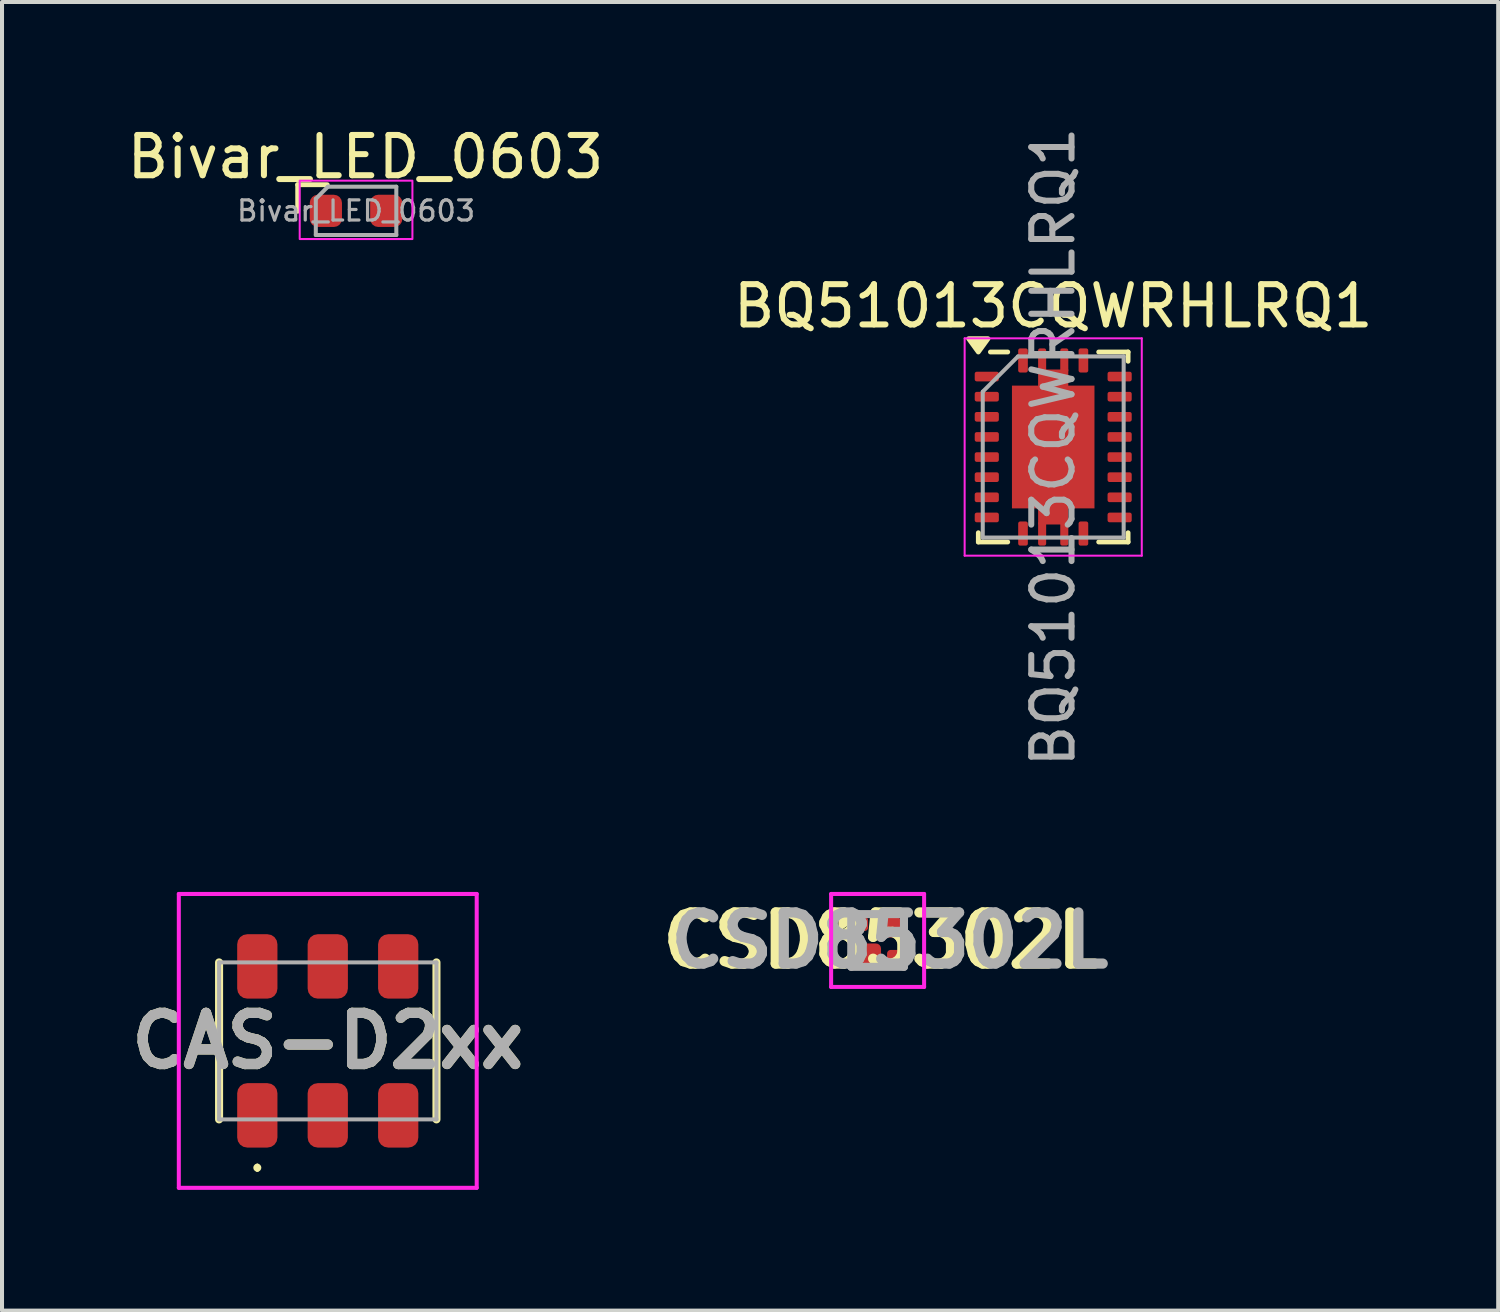
<source format=kicad_pcb>
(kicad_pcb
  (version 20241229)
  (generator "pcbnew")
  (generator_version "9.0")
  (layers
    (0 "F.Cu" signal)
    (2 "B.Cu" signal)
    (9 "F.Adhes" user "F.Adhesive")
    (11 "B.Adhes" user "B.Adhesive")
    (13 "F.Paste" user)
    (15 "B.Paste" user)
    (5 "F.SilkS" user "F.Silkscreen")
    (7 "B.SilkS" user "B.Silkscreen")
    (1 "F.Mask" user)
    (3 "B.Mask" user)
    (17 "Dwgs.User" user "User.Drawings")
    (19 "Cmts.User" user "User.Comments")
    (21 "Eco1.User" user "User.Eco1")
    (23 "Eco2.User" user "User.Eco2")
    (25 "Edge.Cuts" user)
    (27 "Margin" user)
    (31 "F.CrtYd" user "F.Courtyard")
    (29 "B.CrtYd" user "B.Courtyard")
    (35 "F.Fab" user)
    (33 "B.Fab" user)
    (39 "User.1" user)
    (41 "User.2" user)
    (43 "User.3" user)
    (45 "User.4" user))
  (footprint "BQ51013CQWRHLRQ1"
    (layer "F.Cu")
    (at 23.113 8.054)
    (property "Reference" "BQ51013CQWRHLRQ1" (at 0 -3.5 0) (layer "F.SilkS") (effects (font (size 1 1) (thickness 0.15))))
    (attr smd)
    (fp_line (start -1.86 2.13) (end -1.86 2.36) (stroke (width 0.12) (type solid)) (layer "F.SilkS"))
    (fp_line (start -1.86 2.36) (end -1.13 2.36) (stroke (width 0.12) (type solid)) (layer "F.SilkS"))
    (fp_line (start -1.13 -2.36) (end -1.56 -2.36) (stroke (width 0.12) (type solid)) (layer "F.SilkS"))
    (fp_line (start 1.13 -2.36) (end 1.86 -2.36) (stroke (width 0.12) (type solid)) (layer "F.SilkS"))
    (fp_line (start 1.13 2.36) (end 1.86 2.36) (stroke (width 0.12) (type solid)) (layer "F.SilkS"))
    (fp_line (start 1.86 -2.36) (end 1.86 -2.13) (stroke (width 0.12) (type solid)) (layer "F.SilkS"))
    (fp_line (start 1.86 2.13) (end 1.86 2.36) (stroke (width 0.12) (type solid)) (layer "F.SilkS"))
    (fp_poly (pts (xy -1.86 -2.36) (xy -2.1 -2.69) (xy -1.62 -2.69) (xy -1.86 -2.36)) (stroke (width 0.12) (type solid)) (fill yes) (layer "F.SilkS"))
    (fp_line (start -2.2 -2.7) (end -2.2 2.7) (stroke (width 0.05) (type solid)) (layer "F.CrtYd"))
    (fp_line (start -2.2 -2.7) (end 2.2 -2.7) (stroke (width 0.05) (type solid)) (layer "F.CrtYd"))
    (fp_line (start -2.2 2.7) (end 2.2 2.7) (stroke (width 0.05) (type solid)) (layer "F.CrtYd"))
    (fp_line (start 2.2 -2.7) (end 2.2 2.7) (stroke (width 0.05) (type solid)) (layer "F.CrtYd"))
    (fp_line (start -1.75 -1.375) (end -1.75 2.25) (stroke (width 0.1) (type solid)) (layer "F.Fab"))
    (fp_line (start -1.75 -1.375) (end -0.875 -2.25) (stroke (width 0.1) (type solid)) (layer "F.Fab"))
    (fp_line (start -1.75 2.25) (end 1.75 2.25) (stroke (width 0.1) (type solid)) (layer "F.Fab"))
    (fp_line (start -0.875 -2.25) (end 1.75 -2.25) (stroke (width 0.1) (type solid)) (layer "F.Fab"))
    (fp_line (start 1.75 -2.25) (end 1.75 2.25) (stroke (width 0.1) (type solid)) (layer "F.Fab"))
    (fp_text user "${REFERENCE}" (at 0 0 90) (layer "F.Fab") (effects (font (size 1 1) (thickness 0.15))))
    (pad "" smd rect (at -0.56 -1.05) (size 0.92 0.85) (layers "F.Paste"))
    (pad "" smd rect (at -0.56 0) (size 0.92 0.85) (layers "F.Paste"))
    (pad "" smd rect (at -0.56 1.05) (size 0.92 0.85) (layers "F.Paste"))
    (pad "" smd rect (at 0 -1.8) (size 0.75 0.25) (layers "F.Paste"))
    (pad "" smd rect (at 0 1.8) (size 0.75 0.25) (layers "F.Paste"))
    (pad "" smd rect (at 0.56 -1.05) (size 0.92 0.85) (layers "F.Paste"))
    (pad "" smd rect (at 0.56 0) (size 0.92 0.85) (layers "F.Paste"))
    (pad "" smd rect (at 0.56 1.05) (size 0.92 0.85) (layers "F.Paste"))
    (pad "1" smd roundrect (at -0.75 -2.15) (size 0.24 0.6) (layers "F.Cu" "F.Mask" "F.Paste") (roundrect_rratio 0.21))
    (pad "2" smd roundrect (at -1.65 -1.75) (size 0.6 0.24) (layers "F.Cu" "F.Mask" "F.Paste") (roundrect_rratio 0.21))
    (pad "3" smd roundrect (at -1.65 -1.25) (size 0.6 0.24) (layers "F.Cu" "F.Mask" "F.Paste") (roundrect_rratio 0.21))
    (pad "4" smd roundrect (at -1.65 -0.75) (size 0.6 0.24) (layers "F.Cu" "F.Mask" "F.Paste") (roundrect_rratio 0.21))
    (pad "5" smd roundrect (at -1.65 -0.25) (size 0.6 0.24) (layers "F.Cu" "F.Mask" "F.Paste") (roundrect_rratio 0.21))
    (pad "6" smd roundrect (at -1.65 0.25) (size 0.6 0.24) (layers "F.Cu" "F.Mask" "F.Paste") (roundrect_rratio 0.21))
    (pad "7" smd roundrect (at -1.65 0.75) (size 0.6 0.24) (layers "F.Cu" "F.Mask" "F.Paste") (roundrect_rratio 0.21))
    (pad "8" smd roundrect (at -1.65 1.25) (size 0.6 0.24) (layers "F.Cu" "F.Mask" "F.Paste") (roundrect_rratio 0.21))
    (pad "9" smd roundrect (at -1.65 1.75) (size 0.6 0.24) (layers "F.Cu" "F.Mask" "F.Paste") (roundrect_rratio 0.21))
    (pad "10" smd roundrect (at -0.75 2.15) (size 0.24 0.6) (layers "F.Cu" "F.Mask" "F.Paste") (roundrect_rratio 0.21))
    (pad "11" smd roundrect (at 0.75 2.15) (size 0.24 0.6) (layers "F.Cu" "F.Mask" "F.Paste") (roundrect_rratio 0.21))
    (pad "12" smd roundrect (at 1.65 1.75) (size 0.6 0.24) (layers "F.Cu" "F.Mask" "F.Paste") (roundrect_rratio 0.21))
    (pad "13" smd roundrect (at 1.65 1.25) (size 0.6 0.24) (layers "F.Cu" "F.Mask" "F.Paste") (roundrect_rratio 0.21))
    (pad "14" smd roundrect (at 1.65 0.75) (size 0.6 0.24) (layers "F.Cu" "F.Mask" "F.Paste") (roundrect_rratio 0.21))
    (pad "15" smd roundrect (at 1.65 0.25) (size 0.6 0.24) (layers "F.Cu" "F.Mask" "F.Paste") (roundrect_rratio 0.21))
    (pad "16" smd roundrect (at 1.65 -0.25) (size 0.6 0.24) (layers "F.Cu" "F.Mask" "F.Paste") (roundrect_rratio 0.21))
    (pad "17" smd roundrect (at 1.65 -0.75) (size 0.6 0.24) (layers "F.Cu" "F.Mask" "F.Paste") (roundrect_rratio 0.21))
    (pad "18" smd roundrect (at 1.65 -1.25) (size 0.6 0.24) (layers "F.Cu" "F.Mask" "F.Paste") (roundrect_rratio 0.21))
    (pad "19" smd roundrect (at 1.65 -1.75) (size 0.6 0.24) (layers "F.Cu" "F.Mask" "F.Paste") (roundrect_rratio 0.21))
    (pad "20" smd roundrect (at 0.75 -2.15) (size 0.24 0.6) (layers "F.Cu" "F.Mask" "F.Paste") (roundrect_rratio 0.21))
    (pad "21" smd roundrect (at -0.275 -2.15) (size 0.2 0.6) (layers "F.Cu" "F.Mask" "F.Paste") (roundrect_rratio 0.25))
    (pad "21" smd roundrect (at -0.275 2.15) (size 0.2 0.6) (layers "F.Cu" "F.Mask" "F.Paste") (roundrect_rratio 0.25))
    (pad "21" smd custom (at 0 0) (size 1.524 1.524) (layers "F.Cu" "F.Mask") (options (anchor rect)) (primitives (gr_poly (pts (xy 0.375 -1.525) (xy 1.025 -1.525) (xy 1.025 1.525) (xy 0.375 1.525) (xy 0.375 1.925) (xy -0.375 1.925) (xy -0.375 1.525) (xy -1.025 1.525) (xy -1.025 -1.525) (xy -0.375 -1.525) (xy -0.375 -1.925) (xy 0.375 -1.925)) (width 0) (fill yes))))
    (pad "21" smd roundrect (at 0.275 -2.15) (size 0.2 0.6) (layers "F.Cu" "F.Mask" "F.Paste") (roundrect_rratio 0.25))
    (pad "21" smd roundrect (at 0.275 2.15) (size 0.2 0.6) (layers "F.Cu" "F.Mask" "F.Paste") (roundrect_rratio 0.25)))
  (footprint "CAS-D2xx"
    (layer "F.Cu")
    (at 5.092 22.807)
    (property "Reference" "CAS-D2xx" (at 0 0 0) (layer "F.SilkS") (effects (font (size 1.27 1.27) (thickness 0.254))))
    (attr smd)
    (fp_line (start -2.7 -1.95) (end -2.7 1.95) (stroke (width 0.2) (type solid)) (layer "F.SilkS"))
    (fp_line (start -1.75 3.1) (end -1.75 3.1) (stroke (width 0.1) (type solid)) (layer "F.SilkS"))
    (fp_line (start -1.75 3.2) (end -1.75 3.2) (stroke (width 0.1) (type solid)) (layer "F.SilkS"))
    (fp_line (start 2.7 -1.95) (end 2.7 1.95) (stroke (width 0.2) (type solid)) (layer "F.SilkS"))
    (fp_arc (start -1.75 3.1) (mid -1.7 3.15) (end -1.75 3.2) (stroke (width 0.1) (type solid)) (layer "F.SilkS"))
    (fp_arc (start -1.75 3.2) (mid -1.8 3.15) (end -1.75 3.1) (stroke (width 0.1) (type solid)) (layer "F.SilkS"))
    (fp_line (start -3.7 -3.65) (end 3.7 -3.65) (stroke (width 0.1) (type solid)) (layer "F.CrtYd"))
    (fp_line (start -3.7 3.65) (end -3.7 -3.65) (stroke (width 0.1) (type solid)) (layer "F.CrtYd"))
    (fp_line (start 3.7 -3.65) (end 3.7 3.65) (stroke (width 0.1) (type solid)) (layer "F.CrtYd"))
    (fp_line (start 3.7 3.65) (end -3.7 3.65) (stroke (width 0.1) (type solid)) (layer "F.CrtYd"))
    (fp_line (start -2.7 -1.95) (end 2.7 -1.95) (stroke (width 0.1) (type solid)) (layer "F.Fab"))
    (fp_line (start -2.7 1.95) (end -2.7 -1.95) (stroke (width 0.1) (type solid)) (layer "F.Fab"))
    (fp_line (start 2.7 -1.95) (end 2.7 1.95) (stroke (width 0.1) (type solid)) (layer "F.Fab"))
    (fp_line (start 2.7 1.95) (end -2.7 1.95) (stroke (width 0.1) (type solid)) (layer "F.Fab"))
    (fp_text user "${REFERENCE}" (at 0 0 0) (layer "F.Fab") (effects (font (size 1.27 1.27) (thickness 0.254))))
    (pad "1" smd roundrect (at -1.75 1.85) (size 1 1.6) (layers "F.Cu" "F.Mask" "F.Paste") (roundrect_rratio 0.25))
    (pad "2" smd roundrect (at 0 1.85) (size 1 1.6) (layers "F.Cu" "F.Mask" "F.Paste") (roundrect_rratio 0.25))
    (pad "3" smd roundrect (at 1.75 1.85) (size 1 1.6) (layers "F.Cu" "F.Mask" "F.Paste") (roundrect_rratio 0.25))
    (pad "4" smd roundrect (at -1.75 -1.85) (size 1 1.6) (layers "F.Cu" "F.Mask" "F.Paste") (roundrect_rratio 0.25))
    (pad "5" smd roundrect (at 0 -1.85) (size 1 1.6) (layers "F.Cu" "F.Mask" "F.Paste") (roundrect_rratio 0.25))
    (pad "6" smd roundrect (at 1.75 -1.85) (size 1 1.6) (layers "F.Cu" "F.Mask" "F.Paste") (roundrect_rratio 0.25)))
  (footprint "Bivar_LED_0603"
    (layer "F.Cu")
    (at 5.795 2.188)
    (property "Reference" "Bivar_LED_0603" (at 0.235 -1.34 0) (layer "F.SilkS") (effects (font (size 1 1) (thickness 0.15))))
    (attr smd)
    (fp_line (start -1.45 -0.65) (end -1.45 0.01) (stroke (width 0.12) (type solid)) (layer "F.SilkS"))
    (fp_line (start -0.715 -0.65) (end -1.45 -0.65) (stroke (width 0.12) (type solid)) (layer "F.SilkS"))
    (fp_rect (start -1.4 -0.75) (end 1.4 0.7) (stroke (width 0.05) (type default)) (fill no) (layer "F.CrtYd"))
    (fp_line (start -1 -0.3) (end -1 0.6) (stroke (width 0.1) (type solid)) (layer "F.Fab"))
    (fp_line (start -1 0.6) (end 1 0.6) (stroke (width 0.1) (type solid)) (layer "F.Fab"))
    (fp_line (start -0.7 -0.6) (end -1 -0.3) (stroke (width 0.1) (type solid)) (layer "F.Fab"))
    (fp_line (start 1 -0.6) (end -0.7 -0.6) (stroke (width 0.1) (type solid)) (layer "F.Fab"))
    (fp_line (start 1 0.6) (end 1 -0.6) (stroke (width 0.1) (type solid)) (layer "F.Fab"))
    (fp_text user "${REFERENCE}" (at 0 0 0) (layer "F.Fab") (effects (font (size 0.5 0.5) (thickness 0.08))))
    (pad "1" smd roundrect (at -0.75 0) (size 0.8 0.8) (layers "F.Cu" "F.Mask" "F.Paste") (roundrect_rratio 0.25))
    (pad "2" smd roundrect (at 0.75 0) (size 0.8 0.8) (layers "F.Cu" "F.Mask" "F.Paste") (roundrect_rratio 0.25)))
  (footprint "CSD85302L"
    (layer "F.Cu")
    (at 18.751 20.312)
    (property "Reference" "CSD85302L" (at 0.1 0 0) (layer "F.SilkS") (effects (font (size 1.27 1.27) (thickness 0.254))))
    (attr smd)
    (fp_poly (pts (xy -0.9 -0.55) (xy -0.9 -0.35) (xy -0.75 -0.45)) (stroke (width 0.15) (type solid)) (fill yes) (layer "F.SilkS"))
    (fp_line (start -1.155 -1.155) (end 1.155 -1.155) (stroke (width 0.1) (type solid)) (layer "F.CrtYd"))
    (fp_line (start -1.155 1.155) (end -1.155 -1.155) (stroke (width 0.1) (type solid)) (layer "F.CrtYd"))
    (fp_line (start 1.155 -1.155) (end 1.155 1.155) (stroke (width 0.1) (type solid)) (layer "F.CrtYd"))
    (fp_line (start 1.155 1.155) (end -1.155 1.155) (stroke (width 0.1) (type solid)) (layer "F.CrtYd"))
    (fp_line (start -0.655 -0.655) (end 0.655 -0.655) (stroke (width 0.2) (type solid)) (layer "F.Fab"))
    (fp_line (start -0.655 0.655) (end -0.655 -0.655) (stroke (width 0.2) (type solid)) (layer "F.Fab"))
    (fp_line (start 0.655 -0.655) (end 0.655 0.655) (stroke (width 0.2) (type solid)) (layer "F.Fab"))
    (fp_line (start 0.655 0.655) (end -0.655 0.655) (stroke (width 0.2) (type solid)) (layer "F.Fab"))
    (fp_text user "${REFERENCE}" (at 0.3 0 0) (layer "F.Fab") (effects (font (size 1.27 1.27) (thickness 0.254))))
    (pad "G1" smd roundrect (at -0.41 -0.41 90) (size 0.35 0.35) (layers "F.Cu" "F.Mask" "F.Paste") (roundrect_rratio 0.25))
    (pad "G2" smd roundrect (at 0.41 0.41 90) (size 0.35 0.35) (layers "F.Cu" "F.Mask" "F.Paste") (roundrect_rratio 0.25))
    (pad "S1" smd roundrect (at 0.25 -0.33 90) (size 0.51 0.67) (layers "F.Cu" "F.Mask" "F.Paste") (roundrect_rratio 0.25))
    (pad "S2" smd roundrect (at -0.25 0.33 90) (size 0.51 0.67) (layers "F.Cu" "F.Mask" "F.Paste") (roundrect_rratio 0.25)))
  (gr_rect
    (start -3 -3)
    (end 34.167 29.507)
    (stroke (width 0.1) (type default))
    (fill no)
    (layer "Edge.Cuts")))
</source>
